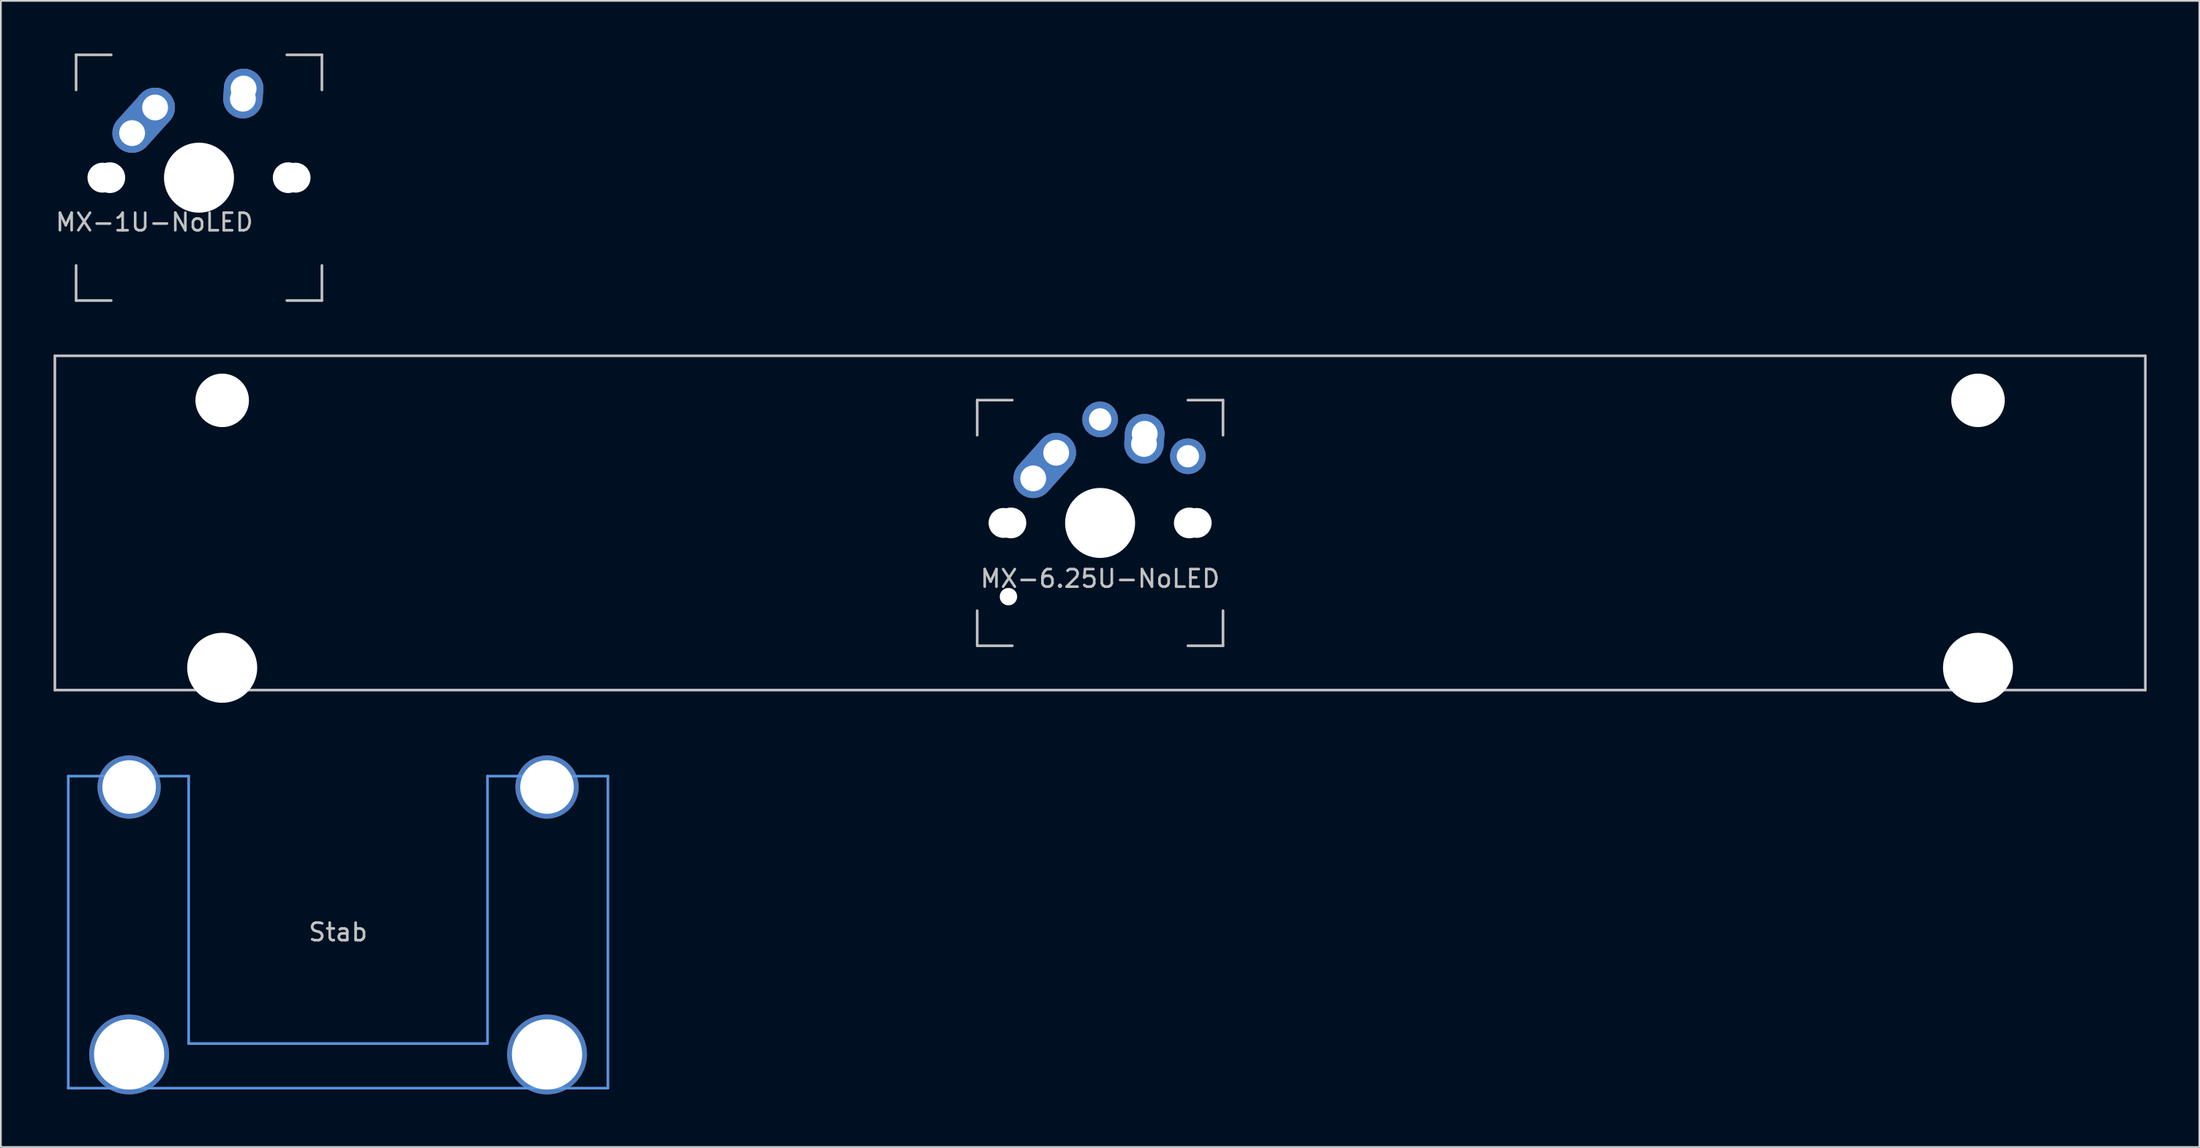
<source format=kicad_pcb>
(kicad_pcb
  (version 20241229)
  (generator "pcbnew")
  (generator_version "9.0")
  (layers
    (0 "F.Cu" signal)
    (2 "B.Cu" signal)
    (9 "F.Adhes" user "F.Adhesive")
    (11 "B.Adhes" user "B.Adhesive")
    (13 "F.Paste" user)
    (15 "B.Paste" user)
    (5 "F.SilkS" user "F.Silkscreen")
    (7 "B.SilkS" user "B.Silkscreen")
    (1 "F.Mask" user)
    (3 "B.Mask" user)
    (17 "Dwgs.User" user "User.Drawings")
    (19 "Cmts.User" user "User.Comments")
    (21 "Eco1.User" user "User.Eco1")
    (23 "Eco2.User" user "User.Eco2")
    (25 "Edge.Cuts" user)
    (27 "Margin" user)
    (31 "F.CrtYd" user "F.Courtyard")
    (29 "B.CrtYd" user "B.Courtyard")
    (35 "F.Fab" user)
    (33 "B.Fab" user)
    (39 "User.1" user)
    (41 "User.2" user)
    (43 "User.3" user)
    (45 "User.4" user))
  (footprint "MX-1U-NoLED"
    (layer "F.Cu")
    (at 8.284 7.075)
    (property "Reference" "MX-1U-NoLED" (at -2.54 2.54 0) (layer "Dwgs.User") (effects (font (size 1 1) (thickness 0.15))))
    (attr through_hole)
    (fp_line (start -7 -7) (end -7 -5) (stroke (width 0.15) (type solid)) (layer "Dwgs.User"))
    (fp_line (start -7 5) (end -7 7) (stroke (width 0.15) (type solid)) (layer "Dwgs.User"))
    (fp_line (start -7 7) (end -5 7) (stroke (width 0.15) (type solid)) (layer "Dwgs.User"))
    (fp_line (start -5 -7) (end -7 -7) (stroke (width 0.15) (type solid)) (layer "Dwgs.User"))
    (fp_line (start 5 -7) (end 7 -7) (stroke (width 0.15) (type solid)) (layer "Dwgs.User"))
    (fp_line (start 5 7) (end 7 7) (stroke (width 0.15) (type solid)) (layer "Dwgs.User"))
    (fp_line (start 7 -7) (end 7 -5) (stroke (width 0.15) (type solid)) (layer "Dwgs.User"))
    (fp_line (start 7 7) (end 7 5) (stroke (width 0.15) (type solid)) (layer "Dwgs.User"))
    (pad "" np_thru_hole circle (at -5.5 0) (size 1.702 1.702) (drill 1.702) (layers "*.Cu" "*.Mask"))
    (pad "" np_thru_hole circle (at -5.08 0 48.1) (size 1.75 1.75) (drill 1.75) (layers "*.Cu" "*.Mask"))
    (pad "" np_thru_hole circle (at 0 0) (size 3.988 3.988) (drill 3.988) (layers "*.Cu" "*.Mask"))
    (pad "" np_thru_hole circle (at 5.08 0 48.1) (size 1.75 1.75) (drill 1.75) (layers "*.Cu" "*.Mask"))
    (pad "" np_thru_hole circle (at 5.5 0) (size 1.702 1.702) (drill 1.702) (layers "*.Cu" "*.Mask"))
    (pad "1" thru_hole oval (at -3.81 -2.54 48) (size 4.212 2.25) (drill 1.47 (offset 0.981 0)) (layers "*.Cu" "*.Mask"))
    (pad "1" thru_hole circle (at -2.5 -4) (size 2.25 2.25) (drill 1.47) (layers "*.Cu" "*.Mask"))
    (pad "2" thru_hole oval (at 2.5 -4.5 86) (size 2.831 2.25) (drill 1.47 (offset 0.291 0)) (layers "*.Cu" "*.Mask"))
    (pad "2" thru_hole circle (at 2.54 -5.08) (size 2.25 2.25) (drill 1.47) (layers "*.Cu" "*.Mask")))
  (footprint "MX-6.25U-NoLED"
    (layer "F.Cu")
    (at 59.605 26.75)
    (property "Reference" "MX-6.25U-NoLED" (at 0 3.175 0) (layer "Dwgs.User") (effects (font (size 1 1) (thickness 0.15))))
    (attr through_hole)
    (fp_line (start -59.53 -9.525) (end 59.53 -9.525) (stroke (width 0.15) (type solid)) (layer "Dwgs.User"))
    (fp_line (start -59.53 9.525) (end -59.53 -9.525) (stroke (width 0.15) (type solid)) (layer "Dwgs.User"))
    (fp_line (start -59.53 9.525) (end 59.53 9.525) (stroke (width 0.15) (type solid)) (layer "Dwgs.User"))
    (fp_line (start -7 -7) (end -7 -5) (stroke (width 0.15) (type solid)) (layer "Dwgs.User"))
    (fp_line (start -7 5) (end -7 7) (stroke (width 0.15) (type solid)) (layer "Dwgs.User"))
    (fp_line (start -7 7) (end -5 7) (stroke (width 0.15) (type solid)) (layer "Dwgs.User"))
    (fp_line (start -5 -7) (end -7 -7) (stroke (width 0.15) (type solid)) (layer "Dwgs.User"))
    (fp_line (start 5 -7) (end 7 -7) (stroke (width 0.15) (type solid)) (layer "Dwgs.User"))
    (fp_line (start 5 7) (end 7 7) (stroke (width 0.15) (type solid)) (layer "Dwgs.User"))
    (fp_line (start 7 -7) (end 7 -5) (stroke (width 0.15) (type solid)) (layer "Dwgs.User"))
    (fp_line (start 7 7) (end 7 5) (stroke (width 0.15) (type solid)) (layer "Dwgs.User"))
    (fp_line (start 59.53 -9.525) (end 59.53 9.525) (stroke (width 0.15) (type solid)) (layer "Dwgs.User"))
    (pad "" np_thru_hole circle (at -50 -6.985) (size 3.048 3.048) (drill 3.048) (layers "*.Cu" "*.Mask"))
    (pad "" np_thru_hole circle (at -50 8.255) (size 3.988 3.988) (drill 3.988) (layers "*.Cu" "*.Mask"))
    (pad "" np_thru_hole circle (at -5.5 0) (size 1.702 1.702) (drill 1.702) (layers "*.Cu" "*.Mask"))
    (pad "" np_thru_hole circle (at -5.22 4.2 180) (size 0.991 0.991) (drill 0.991) (layers "*.Cu" "*.Mask"))
    (pad "" np_thru_hole circle (at -5.08 0 48.1) (size 1.75 1.75) (drill 1.75) (layers "*.Cu" "*.Mask"))
    (pad "" np_thru_hole circle (at 0 0) (size 3.988 3.988) (drill 3.988) (layers "*.Cu" "*.Mask"))
    (pad "" np_thru_hole circle (at 5.08 0 48.1) (size 1.75 1.75) (drill 1.75) (layers "*.Cu" "*.Mask"))
    (pad "" np_thru_hole circle (at 5.5 0) (size 1.702 1.702) (drill 1.702) (layers "*.Cu" "*.Mask"))
    (pad "" np_thru_hole circle (at 50 -6.985) (size 3.048 3.048) (drill 3.048) (layers "*.Cu" "*.Mask"))
    (pad "" np_thru_hole circle (at 50 8.255) (size 3.988 3.988) (drill 3.988) (layers "*.Cu" "*.Mask"))
    (pad "1" thru_hole oval (at -3.81 -2.54 48.1) (size 4.212 2.25) (drill 1.47 (offset 0.981 0)) (layers "*.Cu" "B.Mask"))
    (pad "1" thru_hole circle (at -2.5 -4) (size 2.25 2.25) (drill 1.47) (layers "*.Cu" "B.Mask"))
    (pad "1" thru_hole circle (at 0 -5.9 180) (size 2.032 2.032) (drill 1.27) (layers "*.Cu" "*.Mask"))
    (pad "2" thru_hole oval (at 2.5 -4.5 86.055) (size 2.831 2.25) (drill 1.47 (offset 0.291 0)) (layers "*.Cu" "B.Mask"))
    (pad "2" thru_hole circle (at 2.54 -5.08) (size 2.25 2.25) (drill 1.47) (layers "*.Cu" "B.Mask"))
    (pad "2" thru_hole circle (at 5 -3.8 180) (size 2.032 2.032) (drill 1.27) (layers "*.Cu" "*.Mask")))
  (footprint "Stab"
    (layer "F.Cu")
    (at 16.205 48.799)
    (property "Reference" "Stab" (at 0 1.27 0) (layer "Dwgs.User") (effects (font (size 1 1) (thickness 0.15))))
    (fp_line (start -15.367 -7.62) (end -15.367 10.16) (stroke (width 0.152) (type solid)) (layer "Cmts.User"))
    (fp_line (start -15.367 10.16) (end 15.367 10.16) (stroke (width 0.152) (type solid)) (layer "Cmts.User"))
    (fp_line (start -8.509 -7.62) (end -15.367 -7.62) (stroke (width 0.152) (type solid)) (layer "Cmts.User"))
    (fp_line (start -8.509 7.62) (end -8.509 -7.62) (stroke (width 0.152) (type solid)) (layer "Cmts.User"))
    (fp_line (start 8.509 -7.62) (end 8.509 7.62) (stroke (width 0.152) (type solid)) (layer "Cmts.User"))
    (fp_line (start 8.509 7.62) (end -8.509 7.62) (stroke (width 0.152) (type solid)) (layer "Cmts.User"))
    (fp_line (start 15.367 -7.62) (end 8.509 -7.62) (stroke (width 0.152) (type solid)) (layer "Cmts.User"))
    (fp_line (start 15.367 10.16) (end 15.367 -7.62) (stroke (width 0.152) (type solid)) (layer "Cmts.User"))
    (fp_line (start -16.129 -2.286) (end -15.265 -2.286) (stroke (width 0.152) (type solid)) (layer "Eco2.User"))
    (fp_line (start -16.129 0.508) (end -16.129 -2.286) (stroke (width 0.152) (type solid)) (layer "Eco2.User"))
    (fp_line (start -15.265 -5.69) (end -8.611 -5.69) (stroke (width 0.152) (type solid)) (layer "Eco2.User"))
    (fp_line (start -15.265 -2.286) (end -15.265 -5.69) (stroke (width 0.152) (type solid)) (layer "Eco2.User"))
    (fp_line (start -15.265 0.508) (end -16.129 0.508) (stroke (width 0.152) (type solid)) (layer "Eco2.User"))
    (fp_line (start -15.265 6.604) (end -15.265 0.508) (stroke (width 0.152) (type solid)) (layer "Eco2.User"))
    (fp_line (start -14.224 6.604) (end -15.265 6.604) (stroke (width 0.152) (type solid)) (layer "Eco2.User"))
    (fp_line (start -14.224 7.772) (end -14.224 6.604) (stroke (width 0.152) (type solid)) (layer "Eco2.User"))
    (fp_line (start -9.652 6.604) (end -9.652 7.772) (stroke (width 0.152) (type solid)) (layer "Eco2.User"))
    (fp_line (start -9.652 7.772) (end -14.224 7.772) (stroke (width 0.152) (type solid)) (layer "Eco2.User"))
    (fp_line (start -8.611 -6.005) (end -6.985 -6.005) (stroke (width 0.152) (type solid)) (layer "Eco2.User"))
    (fp_line (start -8.611 -5.69) (end -8.611 -6.005) (stroke (width 0.152) (type solid)) (layer "Eco2.User"))
    (fp_line (start -8.611 6.005) (end -8.611 6.604) (stroke (width 0.152) (type solid)) (layer "Eco2.User"))
    (fp_line (start -8.611 6.604) (end -9.652 6.604) (stroke (width 0.152) (type solid)) (layer "Eco2.User"))
    (fp_line (start -6.985 -6.985) (end 6.985 -6.985) (stroke (width 0.152) (type solid)) (layer "Eco2.User"))
    (fp_line (start -6.985 -6.005) (end -6.985 -6.985) (stroke (width 0.152) (type solid)) (layer "Eco2.User"))
    (fp_line (start -6.985 -6.005) (end -6.985 -6.985) (stroke (width 0.152) (type solid)) (layer "Eco2.User"))
    (fp_line (start -6.985 6.005) (end -8.611 6.005) (stroke (width 0.152) (type solid)) (layer "Eco2.User"))
    (fp_line (start -6.985 6.985) (end -6.985 6.005) (stroke (width 0.152) (type solid)) (layer "Eco2.User"))
    (fp_line (start 6.985 -6.985) (end 6.985 -6.005) (stroke (width 0.152) (type solid)) (layer "Eco2.User"))
    (fp_line (start 6.985 -6.005) (end 8.611 -6.005) (stroke (width 0.152) (type solid)) (layer "Eco2.User"))
    (fp_line (start 6.985 6.005) (end 6.985 6.985) (stroke (width 0.152) (type solid)) (layer "Eco2.User"))
    (fp_line (start 6.985 6.985) (end -6.985 6.985) (stroke (width 0.152) (type solid)) (layer "Eco2.User"))
    (fp_line (start 8.611 -6.005) (end 8.611 -5.69) (stroke (width 0.152) (type solid)) (layer "Eco2.User"))
    (fp_line (start 8.611 -5.69) (end 15.265 -5.69) (stroke (width 0.152) (type solid)) (layer "Eco2.User"))
    (fp_line (start 8.611 6.005) (end 6.985 6.005) (stroke (width 0.152) (type solid)) (layer "Eco2.User"))
    (fp_line (start 8.611 6.604) (end 8.611 6.005) (stroke (width 0.152) (type solid)) (layer "Eco2.User"))
    (fp_line (start 9.652 6.604) (end 8.611 6.604) (stroke (width 0.152) (type solid)) (layer "Eco2.User"))
    (fp_line (start 9.652 7.772) (end 9.652 6.604) (stroke (width 0.152) (type solid)) (layer "Eco2.User"))
    (fp_line (start 14.224 6.604) (end 14.224 7.772) (stroke (width 0.152) (type solid)) (layer "Eco2.User"))
    (fp_line (start 14.224 7.772) (end 9.652 7.772) (stroke (width 0.152) (type solid)) (layer "Eco2.User"))
    (fp_line (start 15.265 -5.69) (end 15.265 -2.286) (stroke (width 0.152) (type solid)) (layer "Eco2.User"))
    (fp_line (start 15.265 -2.286) (end 16.129 -2.286) (stroke (width 0.152) (type solid)) (layer "Eco2.User"))
    (fp_line (start 15.265 0.508) (end 15.265 6.604) (stroke (width 0.152) (type solid)) (layer "Eco2.User"))
    (fp_line (start 15.265 6.604) (end 14.224 6.604) (stroke (width 0.152) (type solid)) (layer "Eco2.User"))
    (fp_line (start 16.129 -2.286) (end 16.129 0.508) (stroke (width 0.152) (type solid)) (layer "Eco2.User"))
    (fp_line (start 16.129 0.508) (end 15.265 0.508) (stroke (width 0.152) (type solid)) (layer "Eco2.User"))
    (fp_text user " " (at -5.08 6.35 0) (layer "Dwgs.User") (effects (font (size 1 1) (thickness 0.15))))
    (pad "" np_thru_hole circle (at -11.9 -7 90) (size 3.6 3.6) (drill 3.05) (layers "*.Cu"))
    (pad "" np_thru_hole circle (at -11.9 8.24) (size 4.55 4.55) (drill 4) (layers "*.Cu"))
    (pad "" np_thru_hole circle (at 11.9 -7) (size 3.6 3.6) (drill 3.05) (layers "*.Cu"))
    (pad "" np_thru_hole circle (at 11.9 8.24) (size 4.55 4.55) (drill 4) (layers "*.Cu")))
  (gr_rect
    (start -3 -3)
    (end 122.21 62.314)
    (stroke (width 0.1) (type default))
    (fill no)
    (layer "Edge.Cuts")))
</source>
